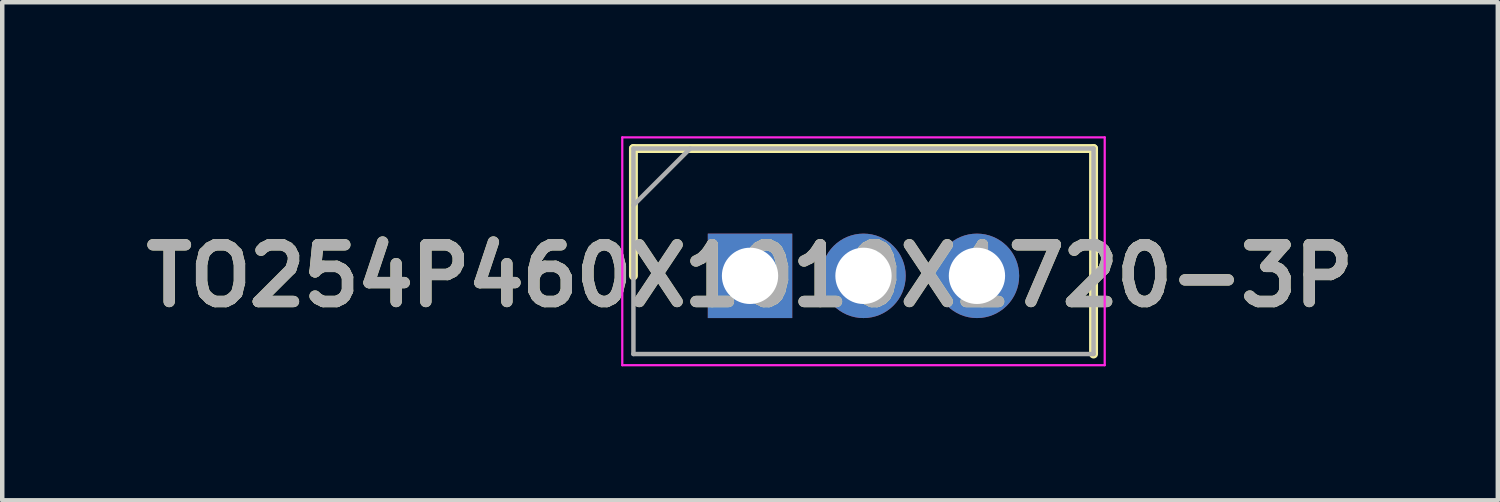
<source format=kicad_pcb>
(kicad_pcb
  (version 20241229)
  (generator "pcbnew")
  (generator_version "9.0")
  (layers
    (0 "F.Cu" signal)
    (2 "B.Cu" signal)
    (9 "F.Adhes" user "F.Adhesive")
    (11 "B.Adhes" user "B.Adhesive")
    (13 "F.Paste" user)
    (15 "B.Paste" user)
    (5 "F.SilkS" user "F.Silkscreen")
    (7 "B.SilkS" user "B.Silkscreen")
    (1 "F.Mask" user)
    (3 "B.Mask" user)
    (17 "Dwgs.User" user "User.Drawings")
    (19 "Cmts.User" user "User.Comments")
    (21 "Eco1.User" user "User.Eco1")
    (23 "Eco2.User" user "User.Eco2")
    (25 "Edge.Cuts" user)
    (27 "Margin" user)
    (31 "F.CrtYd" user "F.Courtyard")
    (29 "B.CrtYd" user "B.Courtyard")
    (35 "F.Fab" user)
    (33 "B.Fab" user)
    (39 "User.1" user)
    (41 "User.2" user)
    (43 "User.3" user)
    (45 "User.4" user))
  (footprint "TO254P460X1010X1720-3P"
    (layer "F.Cu")
    (at 13.74 3.125)
    (property "Reference" "TO254P460X1010X1720-3P" (at 0 0 0) (layer "F.SilkS") (effects (font (size 1.27 1.27) (thickness 0.254))))
    (attr through_hole)
    (fp_line (start -2.61 -2.85) (end -2.61 0) (stroke (width 0.2) (type solid)) (layer "F.SilkS"))
    (fp_line (start 7.69 -2.85) (end -2.61 -2.85) (stroke (width 0.2) (type solid)) (layer "F.SilkS"))
    (fp_line (start 7.69 1.75) (end 7.69 -2.85) (stroke (width 0.2) (type solid)) (layer "F.SilkS"))
    (fp_line (start -2.86 -3.1) (end 7.94 -3.1) (stroke (width 0.05) (type solid)) (layer "F.CrtYd"))
    (fp_line (start -2.86 2) (end -2.86 -3.1) (stroke (width 0.05) (type solid)) (layer "F.CrtYd"))
    (fp_line (start 7.94 -3.1) (end 7.94 2) (stroke (width 0.05) (type solid)) (layer "F.CrtYd"))
    (fp_line (start 7.94 2) (end -2.86 2) (stroke (width 0.05) (type solid)) (layer "F.CrtYd"))
    (fp_line (start -2.61 -2.85) (end 7.69 -2.85) (stroke (width 0.1) (type solid)) (layer "F.Fab"))
    (fp_line (start -2.61 -1.58) (end -1.34 -2.85) (stroke (width 0.1) (type solid)) (layer "F.Fab"))
    (fp_line (start -2.61 1.75) (end -2.61 -2.85) (stroke (width 0.1) (type solid)) (layer "F.Fab"))
    (fp_line (start 7.69 -2.85) (end 7.69 1.75) (stroke (width 0.1) (type solid)) (layer "F.Fab"))
    (fp_line (start 7.69 1.75) (end -2.61 1.75) (stroke (width 0.1) (type solid)) (layer "F.Fab"))
    (fp_text user "${REFERENCE}" (at 0 0 0) (layer "F.Fab") (effects (font (size 1.27 1.27) (thickness 0.254))))
    (pad "1" thru_hole rect (at 0 0) (size 1.89 1.89) (drill 1.26) (layers "*.Cu" "*.Mask"))
    (pad "2" thru_hole circle (at 2.54 0) (size 1.89 1.89) (drill 1.26) (layers "*.Cu" "*.Mask"))
    (pad "3" thru_hole circle (at 5.08 0) (size 1.89 1.89) (drill 1.26) (layers "*.Cu" "*.Mask")))
  (gr_rect
    (start -3 -3)
    (end 30.48 8.15)
    (stroke (width 0.1) (type default))
    (fill no)
    (layer "Edge.Cuts")))
</source>
